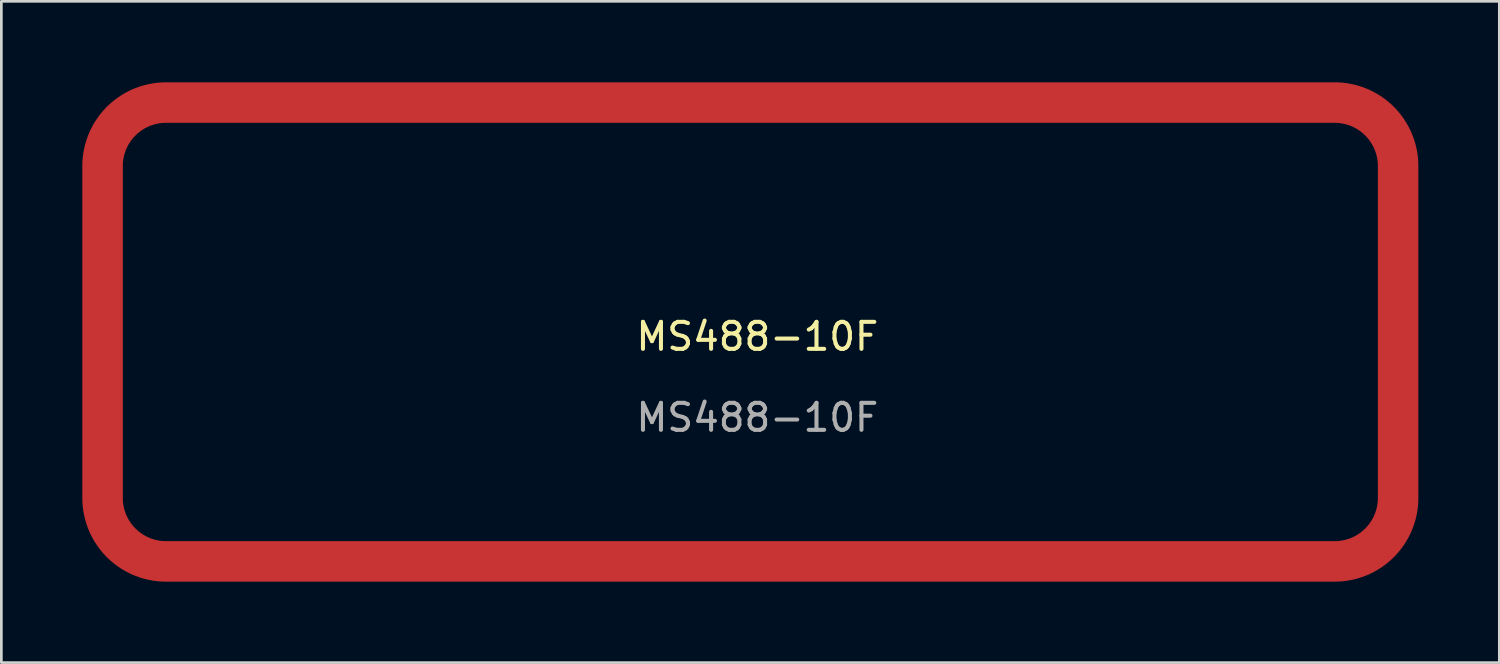
<source format=kicad_pcb>
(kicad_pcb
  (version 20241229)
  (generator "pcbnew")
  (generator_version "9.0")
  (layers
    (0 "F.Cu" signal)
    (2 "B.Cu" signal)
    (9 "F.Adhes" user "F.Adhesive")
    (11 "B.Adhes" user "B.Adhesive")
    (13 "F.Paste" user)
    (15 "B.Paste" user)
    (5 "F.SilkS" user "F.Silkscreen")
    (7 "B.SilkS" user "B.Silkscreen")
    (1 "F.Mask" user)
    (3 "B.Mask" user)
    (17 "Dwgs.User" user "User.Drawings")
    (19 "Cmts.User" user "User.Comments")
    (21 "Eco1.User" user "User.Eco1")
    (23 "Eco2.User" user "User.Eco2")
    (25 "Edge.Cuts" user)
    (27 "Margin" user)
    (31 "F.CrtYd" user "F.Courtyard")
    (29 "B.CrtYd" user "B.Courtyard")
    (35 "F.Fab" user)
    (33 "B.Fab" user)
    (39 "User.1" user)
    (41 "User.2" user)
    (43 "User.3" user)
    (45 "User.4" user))
  (footprint "MS488-10F"
    (layer "F.Cu")
    (at 24.75 9.25)
    (property "Reference" "MS488-10F" (at 0.26 0.17 0) (unlocked yes) (layer "F.SilkS") (effects (font (size 1 1) (thickness 0.15))))
    (attr smd)
    (fp_poly (pts (arc (start 21.65 8.5) (mid 23.311701 7.811701) (end 24 6.15)) (arc (start 24 -6.15) (mid 23.311701 -7.811701) (end 21.65 -8.5)) (arc (start -21.65 -8.5) (mid -23.311701 -7.811701) (end -24 -6.15)) (arc (start -24 6.15) (mid -23.311701 7.811701) (end -21.65 8.5))) (stroke (width 1.5) (type solid)) (fill no) (layers "F.Cu" "F.Mask"))
    (fp_poly (pts (xy 21.65 8.5) (xy 21.782 8.499) (xy 22.044 8.469) (xy 22.301 8.411) (xy 22.55 8.323) (xy 22.788 8.209) (xy 23.011 8.069) (xy 23.218 7.904) (xy 23.404 7.718) (xy 23.569 7.511) (xy 23.709 7.288) (xy 23.823 7.05) (xy 23.911 6.801) (xy 23.969 6.544) (xy 23.999 6.282) (xy 24 6.15) (xy 24 -6.15) (xy 23.999 -6.282) (xy 23.969 -6.544) (xy 23.911 -6.801) (xy 23.823 -7.05) (xy 23.709 -7.288) (xy 23.569 -7.511) (xy 23.404 -7.718) (xy 23.218 -7.904) (xy 23.011 -8.069) (xy 22.788 -8.209) (xy 22.55 -8.323) (xy 22.301 -8.411) (xy 22.044 -8.469) (xy 21.782 -8.499) (xy 21.65 -8.5) (xy -21.65 -8.5) (xy -21.782 -8.499) (xy -22.044 -8.469) (xy -22.301 -8.411) (xy -22.55 -8.323) (xy -22.788 -8.209) (xy -23.011 -8.069) (xy -23.218 -7.904) (xy -23.404 -7.718) (xy -23.569 -7.511) (xy -23.709 -7.288) (xy -23.823 -7.05) (xy -23.911 -6.801) (xy -23.969 -6.544) (xy -23.999 -6.282) (xy -24 -6.15) (xy -24 6.15) (xy -23.999 6.282) (xy -23.969 6.544) (xy -23.911 6.801) (xy -23.823 7.05) (xy -23.709 7.288) (xy -23.569 7.511) (xy -23.404 7.718) (xy -23.218 7.904) (xy -23.011 8.069) (xy -22.788 8.209) (xy -22.55 8.323) (xy -22.301 8.411) (xy -22.044 8.469) (xy -21.782 8.499) (xy -21.65 8.5)) (stroke (width 1.5) (type solid)) (fill no) (layer "F.Paste"))
    (fp_text user "${REFERENCE}" (at 0.26 3.17 0) (unlocked yes) (layer "F.Fab") (effects (font (size 1 1) (thickness 0.15))))
    (pad "1" smd rect (at 0 -8.5) (size 40 1) (layers "F.Cu" "F.Mask" "F.Paste"))
    (pad "1" smd rect (at 0 8.5) (size 40 1) (layers "F.Cu" "F.Mask" "F.Paste")))
  (gr_rect
    (start -3 -3)
    (end 52.5 21.5)
    (stroke (width 0.1) (type default))
    (fill no)
    (layer "Edge.Cuts")))
</source>
